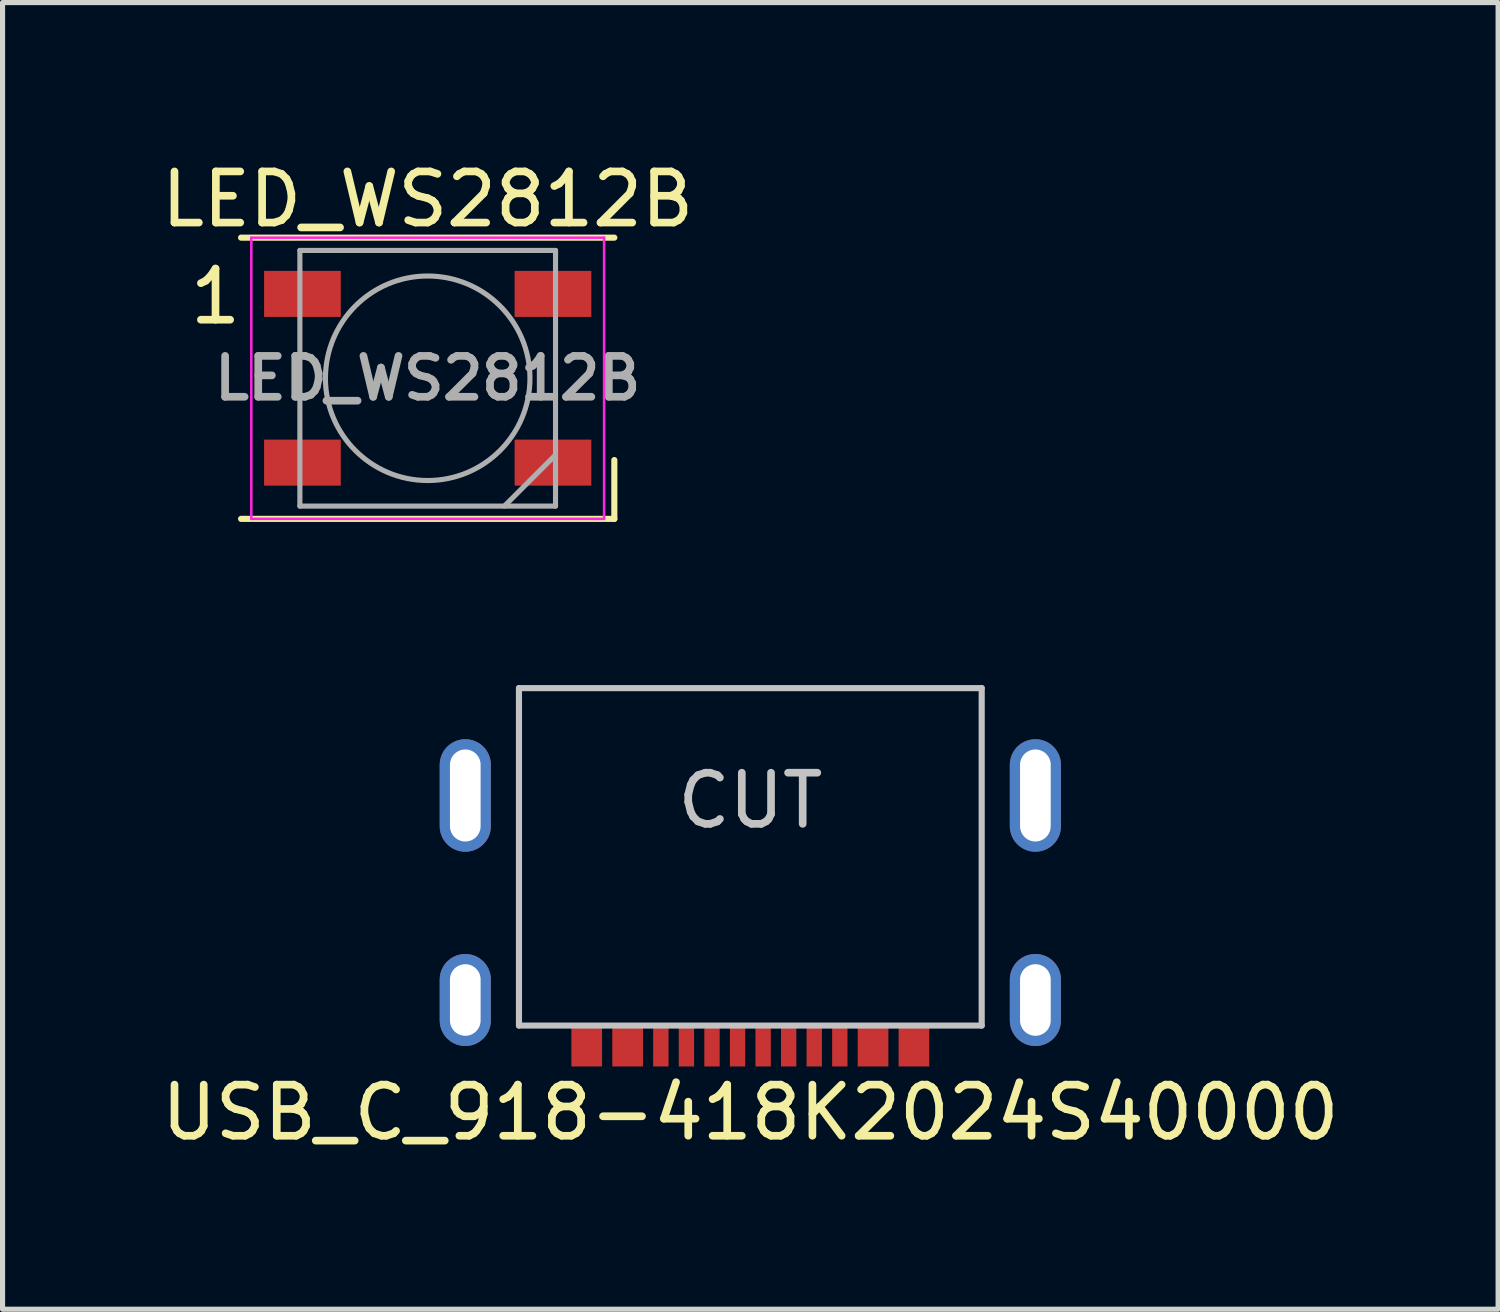
<source format=kicad_pcb>
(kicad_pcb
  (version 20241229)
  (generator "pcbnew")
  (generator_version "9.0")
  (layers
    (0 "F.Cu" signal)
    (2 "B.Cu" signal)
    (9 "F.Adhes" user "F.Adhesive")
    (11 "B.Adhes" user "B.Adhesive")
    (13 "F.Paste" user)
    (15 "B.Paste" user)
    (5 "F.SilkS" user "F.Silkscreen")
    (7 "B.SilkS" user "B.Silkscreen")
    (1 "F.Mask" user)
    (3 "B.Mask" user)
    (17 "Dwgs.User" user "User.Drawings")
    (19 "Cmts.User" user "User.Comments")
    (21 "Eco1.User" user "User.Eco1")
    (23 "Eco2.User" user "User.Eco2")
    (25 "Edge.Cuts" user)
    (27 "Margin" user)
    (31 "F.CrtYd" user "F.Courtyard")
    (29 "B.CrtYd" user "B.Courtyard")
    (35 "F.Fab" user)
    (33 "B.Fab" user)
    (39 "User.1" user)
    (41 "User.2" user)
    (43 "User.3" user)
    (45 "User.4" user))
  (footprint "USB_C_918-418K2024S40000"
    (layer "F.Cu")
    (at 11.625 10.408)
    (property "Reference" "USB_C_918-418K2024S40000" (at 0 8.3 0) (layer "F.SilkS") (effects (font (size 1 1) (thickness 0.15))))
    (attr through_hole)
    (fp_line (start -4.525 0) (end -4.525 6.6) (stroke (width 0.12) (type solid)) (layer "Dwgs.User"))
    (fp_line (start -4.525 0) (end 4.525 0) (stroke (width 0.12) (type solid)) (layer "Dwgs.User"))
    (fp_line (start -4.525 6.6) (end 4.525 6.6) (stroke (width 0.12) (type solid)) (layer "Dwgs.User"))
    (fp_line (start 4.525 0) (end 4.525 6.6) (stroke (width 0.12) (type solid)) (layer "Dwgs.User"))
    (fp_text user "CUT" (at 0 2.2 0) (layer "Dwgs.User") (effects (font (size 1 1) (thickness 0.15))))
    (pad "A1" smd rect (at -3.2 7) (size 0.6 0.8) (layers "F.Cu" "F.Mask" "F.Paste"))
    (pad "A1" smd rect (at 3.2 7) (size 0.6 0.8) (layers "F.Cu" "F.Mask" "F.Paste"))
    (pad "A4" smd rect (at -2.4 7) (size 0.6 0.8) (layers "F.Cu" "F.Mask" "F.Paste"))
    (pad "A4" smd rect (at 2.4 7) (size 0.6 0.8) (layers "F.Cu" "F.Mask" "F.Paste"))
    (pad "A5" smd rect (at 1.25 7) (size 0.3 0.8) (layers "F.Cu" "F.Mask" "F.Paste"))
    (pad "A6" smd rect (at 0.25 7) (size 0.3 0.8) (layers "F.Cu" "F.Mask" "F.Paste"))
    (pad "A7" smd rect (at -0.25 7) (size 0.3 0.8) (layers "F.Cu" "F.Mask" "F.Paste"))
    (pad "A8" smd rect (at -1.25 7) (size 0.3 0.8) (layers "F.Cu" "F.Mask" "F.Paste"))
    (pad "B5" smd rect (at -1.75 7) (size 0.3 0.8) (layers "F.Cu" "F.Mask" "F.Paste"))
    (pad "B6" smd rect (at -0.75 7) (size 0.3 0.8) (layers "F.Cu" "F.Mask" "F.Paste"))
    (pad "B7" smd rect (at 0.75 7) (size 0.3 0.8) (layers "F.Cu" "F.Mask" "F.Paste"))
    (pad "B8" smd rect (at 1.75 7) (size 0.3 0.8) (layers "F.Cu" "F.Mask" "F.Paste"))
    (pad "S1" thru_hole oval (at -5.575 2.1) (size 1 2.2) (drill oval 0.6 1.8) (layers "*.Cu" "*.Mask"))
    (pad "S1" thru_hole oval (at -5.575 6.1) (size 1 1.8) (drill oval 0.6 1.4) (layers "*.Cu" "*.Mask"))
    (pad "S1" thru_hole oval (at 5.575 2.1) (size 1 2.2) (drill oval 0.6 1.8) (layers "*.Cu" "*.Mask"))
    (pad "S1" thru_hole oval (at 5.575 6.1) (size 1 1.8) (drill oval 0.6 1.4) (layers "*.Cu" "*.Mask")))
  (footprint "LED_WS2812B"
    (layer "F.Cu")
    (at 5.315 4.348)
    (property "Reference" "LED_WS2812B" (at 0 -3.5 0) (layer "F.SilkS") (effects (font (size 1 1) (thickness 0.15))))
    (attr smd)
    (fp_line (start -3.65 -2.75) (end 3.65 -2.75) (stroke (width 0.12) (type solid)) (layer "F.SilkS"))
    (fp_line (start -3.65 2.75) (end 3.65 2.75) (stroke (width 0.12) (type solid)) (layer "F.SilkS"))
    (fp_line (start 3.65 2.75) (end 3.65 1.6) (stroke (width 0.12) (type solid)) (layer "F.SilkS"))
    (fp_line (start -3.45 -2.75) (end -3.45 2.75) (stroke (width 0.05) (type solid)) (layer "F.CrtYd"))
    (fp_line (start -3.45 2.75) (end 3.45 2.75) (stroke (width 0.05) (type solid)) (layer "F.CrtYd"))
    (fp_line (start 3.45 -2.75) (end -3.45 -2.75) (stroke (width 0.05) (type solid)) (layer "F.CrtYd"))
    (fp_line (start 3.45 2.75) (end 3.45 -2.75) (stroke (width 0.05) (type solid)) (layer "F.CrtYd"))
    (fp_line (start -2.5 -2.5) (end -2.5 2.5) (stroke (width 0.1) (type solid)) (layer "F.Fab"))
    (fp_line (start -2.5 2.5) (end 2.5 2.5) (stroke (width 0.1) (type solid)) (layer "F.Fab"))
    (fp_line (start 2.5 -2.5) (end -2.5 -2.5) (stroke (width 0.1) (type solid)) (layer "F.Fab"))
    (fp_line (start 2.5 1.5) (end 1.5 2.5) (stroke (width 0.1) (type solid)) (layer "F.Fab"))
    (fp_line (start 2.5 2.5) (end 2.5 -2.5) (stroke (width 0.1) (type solid)) (layer "F.Fab"))
    (fp_circle (center 0 0) (end 0 -2) (stroke (width 0.1) (type solid)) (fill no) (layer "F.Fab"))
    (fp_text user "1" (at -4.15 -1.6 0) (layer "F.SilkS") (effects (font (size 1 1) (thickness 0.15))))
    (fp_text user "${REFERENCE}" (at 0 0 0) (layer "F.Fab") (effects (font (size 0.8 0.8) (thickness 0.15))))
    (pad "1" smd rect (at -2.45 -1.65) (size 1.5 0.9) (layers "F.Cu" "F.Mask" "F.Paste"))
    (pad "2" smd rect (at -2.45 1.65) (size 1.5 0.9) (layers "F.Cu" "F.Mask" "F.Paste"))
    (pad "3" smd rect (at 2.45 1.65) (size 1.5 0.9) (layers "F.Cu" "F.Mask" "F.Paste"))
    (pad "4" smd rect (at 2.45 -1.65) (size 1.5 0.9) (layers "F.Cu" "F.Mask" "F.Paste")))
  (gr_rect
    (start -3 -3)
    (end 26.25 22.556)
    (stroke (width 0.1) (type default))
    (fill no)
    (layer "Edge.Cuts")))
</source>
